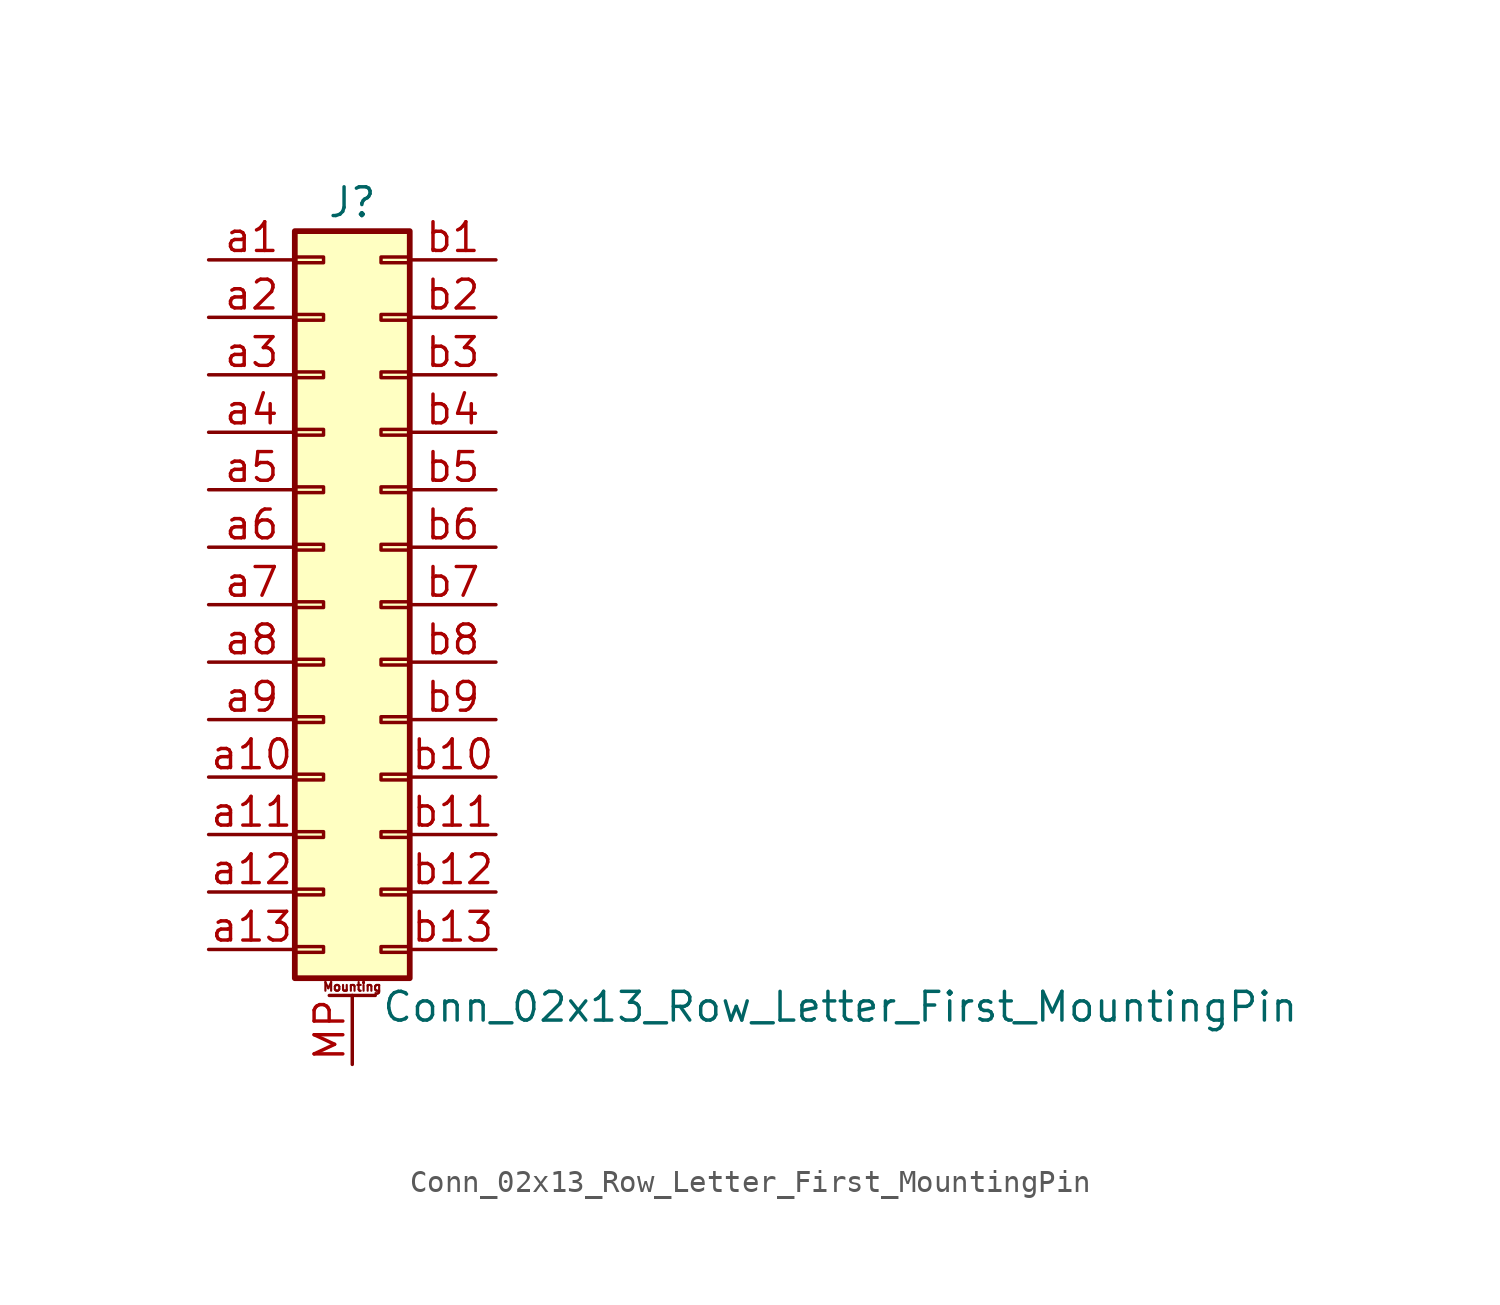
<source format=kicad_sym>
(kicad_symbol_lib
  (version 20201005)
  (generator kicad_symbol_editor)
  (symbol "Connector_Generic_MountingPin:Conn_02x13_Row_Letter_First_MountingPin"
    (pin_names
      (offset 1.016) hide)
    (property "Reference" "J"
      (at 1.27 17.78 0)
      (effects (font (size 1.27 1.27))))
    (property "Value" "Conn_02x13_Row_Letter_First_MountingPin"
      (at 2.54 -17.78 0)
      (effects (font (size 1.27 1.27)) (justify left)))
    (symbol "Conn_02x13_Row_Letter_First_MountingPin_1_1"
      (text "Mounting" (at 1.27 -16.891 0) (effects (font (size 0.381 0.381))))
      (rectangle (start -1.27 -4.953) (end 0 -5.207) (stroke (width 0.152)) (fill (type none)))
      (rectangle (start -1.27 -7.493) (end 0 -7.747) (stroke (width 0.152)) (fill (type none)))
      (rectangle (start -1.27 -10.033) (end 0 -10.287) (stroke (width 0.152)) (fill (type none)))
      (rectangle (start -1.27 -12.573) (end 0 -12.827) (stroke (width 0.152)) (fill (type none)))
      (rectangle (start -1.27 -15.113) (end 0 -15.367) (stroke (width 0.152)) (fill (type none)))
      (rectangle (start -1.27 -2.413) (end 0 -2.667) (stroke (width 0.152)) (fill (type none)))
      (rectangle (start -1.27 2.667) (end 0 2.413) (stroke (width 0.152)) (fill (type none)))
      (rectangle (start -1.27 5.207) (end 0 4.953) (stroke (width 0.152)) (fill (type none)))
      (rectangle (start -1.27 7.747) (end 0 7.493) (stroke (width 0.152)) (fill (type none)))
      (rectangle (start -1.27 10.287) (end 0 10.033) (stroke (width 0.152)) (fill (type none)))
      (rectangle (start -1.27 0.127) (end 0 -0.127) (stroke (width 0.152)) (fill (type none)))
      (rectangle (start -1.27 12.827) (end 0 12.573) (stroke (width 0.152)) (fill (type none)))
      (rectangle (start -1.27 15.367) (end 0 15.113) (stroke (width 0.152)) (fill (type none)))
      (rectangle (start -1.27 16.51) (end 3.81 -16.51) (stroke (width 0.254)) (fill (type background)))
      (rectangle (start 3.81 -4.953) (end 2.54 -5.207) (stroke (width 0.152)) (fill (type none)))
      (rectangle (start 3.81 -7.493) (end 2.54 -7.747) (stroke (width 0.152)) (fill (type none)))
      (rectangle (start 3.81 -10.033) (end 2.54 -10.287) (stroke (width 0.152)) (fill (type none)))
      (rectangle (start 3.81 -12.573) (end 2.54 -12.827) (stroke (width 0.152)) (fill (type none)))
      (rectangle (start 3.81 -15.113) (end 2.54 -15.367) (stroke (width 0.152)) (fill (type none)))
      (rectangle (start 3.81 -2.413) (end 2.54 -2.667) (stroke (width 0.152)) (fill (type none)))
      (rectangle (start 3.81 2.667) (end 2.54 2.413) (stroke (width 0.152)) (fill (type none)))
      (rectangle (start 3.81 5.207) (end 2.54 4.953) (stroke (width 0.152)) (fill (type none)))
      (rectangle (start 3.81 7.747) (end 2.54 7.493) (stroke (width 0.152)) (fill (type none)))
      (rectangle (start 3.81 10.287) (end 2.54 10.033) (stroke (width 0.152)) (fill (type none)))
      (rectangle (start 3.81 0.127) (end 2.54 -0.127) (stroke (width 0.152)) (fill (type none)))
      (rectangle (start 3.81 12.827) (end 2.54 12.573) (stroke (width 0.152)) (fill (type none)))
      (rectangle (start 3.81 15.367) (end 2.54 15.113) (stroke (width 0.152)) (fill (type none)))
      (polyline (pts (xy 0.254 -17.272) (xy 2.286 -17.272)) (stroke (width 0.152)) (fill (type none)))
      (pin passive line (at 1.27 -20.32 90) (length 3.048) (name "MountPin" (effects (font (size 1.27 1.27)))) (number "MP" (effects (font (size 1.27 1.27)))))
      (pin passive line (at -5.08 15.24 0) (length 3.81) (name "Pin_a1" (effects (font (size 1.27 1.27)))) (number "a1" (effects (font (size 1.27 1.27)))))
      (pin passive line (at -5.08 -7.62 0) (length 3.81) (name "Pin_a10" (effects (font (size 1.27 1.27)))) (number "a10" (effects (font (size 1.27 1.27)))))
      (pin passive line (at -5.08 -10.16 0) (length 3.81) (name "Pin_a11" (effects (font (size 1.27 1.27)))) (number "a11" (effects (font (size 1.27 1.27)))))
      (pin passive line (at -5.08 -12.7 0) (length 3.81) (name "Pin_a12" (effects (font (size 1.27 1.27)))) (number "a12" (effects (font (size 1.27 1.27)))))
      (pin passive line (at -5.08 -15.24 0) (length 3.81) (name "Pin_a13" (effects (font (size 1.27 1.27)))) (number "a13" (effects (font (size 1.27 1.27)))))
      (pin passive line (at -5.08 12.7 0) (length 3.81) (name "Pin_a2" (effects (font (size 1.27 1.27)))) (number "a2" (effects (font (size 1.27 1.27)))))
      (pin passive line (at -5.08 10.16 0) (length 3.81) (name "Pin_a3" (effects (font (size 1.27 1.27)))) (number "a3" (effects (font (size 1.27 1.27)))))
      (pin passive line (at -5.08 7.62 0) (length 3.81) (name "Pin_a4" (effects (font (size 1.27 1.27)))) (number "a4" (effects (font (size 1.27 1.27)))))
      (pin passive line (at -5.08 5.08 0) (length 3.81) (name "Pin_a5" (effects (font (size 1.27 1.27)))) (number "a5" (effects (font (size 1.27 1.27)))))
      (pin passive line (at -5.08 2.54 0) (length 3.81) (name "Pin_a6" (effects (font (size 1.27 1.27)))) (number "a6" (effects (font (size 1.27 1.27)))))
      (pin passive line (at -5.08 0 0) (length 3.81) (name "Pin_a7" (effects (font (size 1.27 1.27)))) (number "a7" (effects (font (size 1.27 1.27)))))
      (pin passive line (at -5.08 -2.54 0) (length 3.81) (name "Pin_a8" (effects (font (size 1.27 1.27)))) (number "a8" (effects (font (size 1.27 1.27)))))
      (pin passive line (at -5.08 -5.08 0) (length 3.81) (name "Pin_a9" (effects (font (size 1.27 1.27)))) (number "a9" (effects (font (size 1.27 1.27)))))
      (pin passive line (at 7.62 15.24 180) (length 3.81) (name "Pin_b1" (effects (font (size 1.27 1.27)))) (number "b1" (effects (font (size 1.27 1.27)))))
      (pin passive line (at 7.62 -7.62 180) (length 3.81) (name "Pin_b10" (effects (font (size 1.27 1.27)))) (number "b10" (effects (font (size 1.27 1.27)))))
      (pin passive line (at 7.62 -10.16 180) (length 3.81) (name "Pin_b11" (effects (font (size 1.27 1.27)))) (number "b11" (effects (font (size 1.27 1.27)))))
      (pin passive line (at 7.62 -12.7 180) (length 3.81) (name "Pin_b12" (effects (font (size 1.27 1.27)))) (number "b12" (effects (font (size 1.27 1.27)))))
      (pin passive line (at 7.62 -15.24 180) (length 3.81) (name "Pin_b13" (effects (font (size 1.27 1.27)))) (number "b13" (effects (font (size 1.27 1.27)))))
      (pin passive line (at 7.62 12.7 180) (length 3.81) (name "Pin_b2" (effects (font (size 1.27 1.27)))) (number "b2" (effects (font (size 1.27 1.27)))))
      (pin passive line (at 7.62 10.16 180) (length 3.81) (name "Pin_b3" (effects (font (size 1.27 1.27)))) (number "b3" (effects (font (size 1.27 1.27)))))
      (pin passive line (at 7.62 7.62 180) (length 3.81) (name "Pin_b4" (effects (font (size 1.27 1.27)))) (number "b4" (effects (font (size 1.27 1.27)))))
      (pin passive line (at 7.62 5.08 180) (length 3.81) (name "Pin_b5" (effects (font (size 1.27 1.27)))) (number "b5" (effects (font (size 1.27 1.27)))))
      (pin passive line (at 7.62 2.54 180) (length 3.81) (name "Pin_b6" (effects (font (size 1.27 1.27)))) (number "b6" (effects (font (size 1.27 1.27)))))
      (pin passive line (at 7.62 0 180) (length 3.81) (name "Pin_b7" (effects (font (size 1.27 1.27)))) (number "b7" (effects (font (size 1.27 1.27)))))
      (pin passive line (at 7.62 -2.54 180) (length 3.81) (name "Pin_b8" (effects (font (size 1.27 1.27)))) (number "b8" (effects (font (size 1.27 1.27)))))
      (pin passive line (at 7.62 -5.08 180) (length 3.81) (name "Pin_b9" (effects (font (size 1.27 1.27)))) (number "b9" (effects (font (size 1.27 1.27))))))))
</source>
